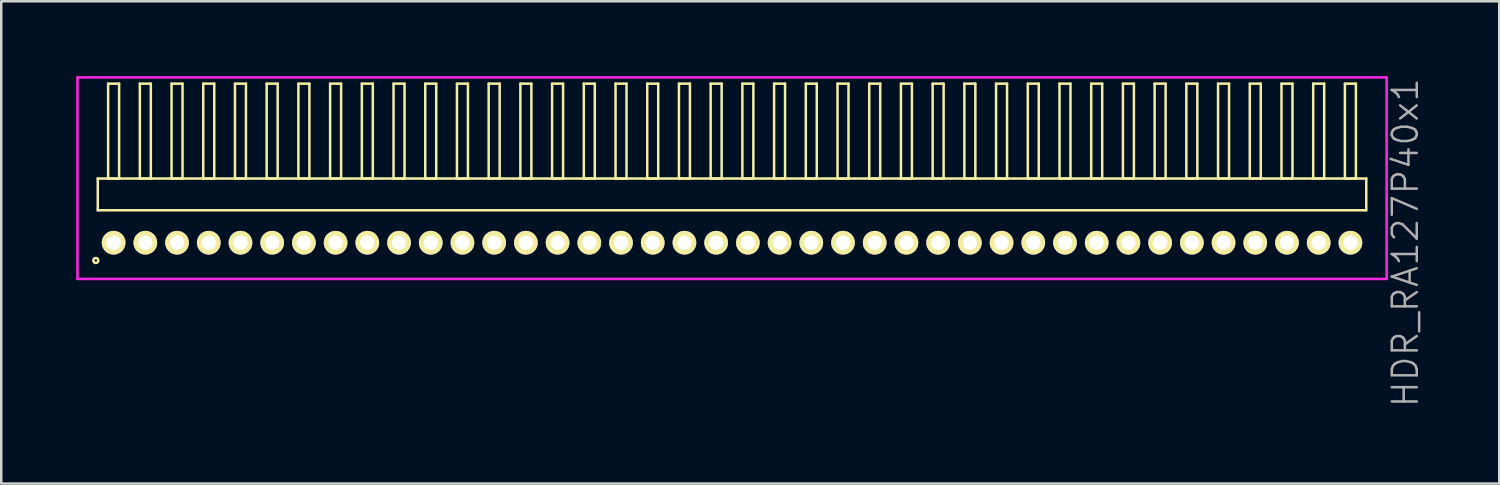
<source format=kicad_pcb>
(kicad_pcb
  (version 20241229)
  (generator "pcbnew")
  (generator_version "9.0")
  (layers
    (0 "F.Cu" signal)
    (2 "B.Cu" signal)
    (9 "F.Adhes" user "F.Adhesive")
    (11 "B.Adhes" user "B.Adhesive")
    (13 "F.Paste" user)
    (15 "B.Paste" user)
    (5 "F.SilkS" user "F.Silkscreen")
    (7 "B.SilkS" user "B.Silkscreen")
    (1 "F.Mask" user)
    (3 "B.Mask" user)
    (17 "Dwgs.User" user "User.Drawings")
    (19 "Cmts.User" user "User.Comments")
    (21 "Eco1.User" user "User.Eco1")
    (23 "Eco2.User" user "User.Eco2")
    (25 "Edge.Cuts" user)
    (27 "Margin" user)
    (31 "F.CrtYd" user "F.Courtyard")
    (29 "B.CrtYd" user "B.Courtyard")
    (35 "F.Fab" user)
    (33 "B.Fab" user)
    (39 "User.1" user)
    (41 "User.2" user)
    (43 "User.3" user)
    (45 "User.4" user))
  (footprint "HDR_RA127P40x1"
    (layer "F.Cu")
    (at 26.265 6.67)
    (property "Reference" "HDR_RA127P40x1" (at 26.965 0 90) (layer "F.Fab") (effects (font (size 1 1) (thickness 0.1))))
    (attr through_hole)
    (fp_line (start -25.4 -2.57) (end -25.4 -1.3) (stroke (width 0.1) (type solid)) (layer "F.SilkS"))
    (fp_line (start -25.4 -1.3) (end 25.4 -1.3) (stroke (width 0.1) (type solid)) (layer "F.SilkS"))
    (fp_line (start -24.985 -6.37) (end -24.985 -2.57) (stroke (width 0.1) (type solid)) (layer "F.SilkS"))
    (fp_line (start -24.985 -2.57) (end -24.545 -2.57) (stroke (width 0.1) (type solid)) (layer "F.SilkS"))
    (fp_line (start -24.545 -6.37) (end -24.985 -6.37) (stroke (width 0.1) (type solid)) (layer "F.SilkS"))
    (fp_line (start -24.545 -2.57) (end -24.545 -6.37) (stroke (width 0.1) (type solid)) (layer "F.SilkS"))
    (fp_line (start -23.715 -6.37) (end -23.715 -2.57) (stroke (width 0.1) (type solid)) (layer "F.SilkS"))
    (fp_line (start -23.715 -2.57) (end -23.275 -2.57) (stroke (width 0.1) (type solid)) (layer "F.SilkS"))
    (fp_line (start -23.275 -6.37) (end -23.715 -6.37) (stroke (width 0.1) (type solid)) (layer "F.SilkS"))
    (fp_line (start -23.275 -2.57) (end -23.275 -6.37) (stroke (width 0.1) (type solid)) (layer "F.SilkS"))
    (fp_line (start -22.445 -6.37) (end -22.445 -2.57) (stroke (width 0.1) (type solid)) (layer "F.SilkS"))
    (fp_line (start -22.445 -2.57) (end -22.005 -2.57) (stroke (width 0.1) (type solid)) (layer "F.SilkS"))
    (fp_line (start -22.005 -6.37) (end -22.445 -6.37) (stroke (width 0.1) (type solid)) (layer "F.SilkS"))
    (fp_line (start -22.005 -2.57) (end -22.005 -6.37) (stroke (width 0.1) (type solid)) (layer "F.SilkS"))
    (fp_line (start -21.175 -6.37) (end -21.175 -2.57) (stroke (width 0.1) (type solid)) (layer "F.SilkS"))
    (fp_line (start -21.175 -2.57) (end -20.735 -2.57) (stroke (width 0.1) (type solid)) (layer "F.SilkS"))
    (fp_line (start -20.735 -6.37) (end -21.175 -6.37) (stroke (width 0.1) (type solid)) (layer "F.SilkS"))
    (fp_line (start -20.735 -2.57) (end -20.735 -6.37) (stroke (width 0.1) (type solid)) (layer "F.SilkS"))
    (fp_line (start -19.905 -6.37) (end -19.905 -2.57) (stroke (width 0.1) (type solid)) (layer "F.SilkS"))
    (fp_line (start -19.905 -2.57) (end -19.465 -2.57) (stroke (width 0.1) (type solid)) (layer "F.SilkS"))
    (fp_line (start -19.465 -6.37) (end -19.905 -6.37) (stroke (width 0.1) (type solid)) (layer "F.SilkS"))
    (fp_line (start -19.465 -2.57) (end -19.465 -6.37) (stroke (width 0.1) (type solid)) (layer "F.SilkS"))
    (fp_line (start -18.635 -6.37) (end -18.635 -2.57) (stroke (width 0.1) (type solid)) (layer "F.SilkS"))
    (fp_line (start -18.635 -2.57) (end -18.195 -2.57) (stroke (width 0.1) (type solid)) (layer "F.SilkS"))
    (fp_line (start -18.195 -6.37) (end -18.635 -6.37) (stroke (width 0.1) (type solid)) (layer "F.SilkS"))
    (fp_line (start -18.195 -2.57) (end -18.195 -6.37) (stroke (width 0.1) (type solid)) (layer "F.SilkS"))
    (fp_line (start -17.365 -6.37) (end -17.365 -2.57) (stroke (width 0.1) (type solid)) (layer "F.SilkS"))
    (fp_line (start -17.365 -2.57) (end -16.925 -2.57) (stroke (width 0.1) (type solid)) (layer "F.SilkS"))
    (fp_line (start -16.925 -6.37) (end -17.365 -6.37) (stroke (width 0.1) (type solid)) (layer "F.SilkS"))
    (fp_line (start -16.925 -2.57) (end -16.925 -6.37) (stroke (width 0.1) (type solid)) (layer "F.SilkS"))
    (fp_line (start -16.095 -6.37) (end -16.095 -2.57) (stroke (width 0.1) (type solid)) (layer "F.SilkS"))
    (fp_line (start -16.095 -2.57) (end -15.655 -2.57) (stroke (width 0.1) (type solid)) (layer "F.SilkS"))
    (fp_line (start -15.655 -6.37) (end -16.095 -6.37) (stroke (width 0.1) (type solid)) (layer "F.SilkS"))
    (fp_line (start -15.655 -2.57) (end -15.655 -6.37) (stroke (width 0.1) (type solid)) (layer "F.SilkS"))
    (fp_line (start -14.825 -6.37) (end -14.825 -2.57) (stroke (width 0.1) (type solid)) (layer "F.SilkS"))
    (fp_line (start -14.825 -2.57) (end -14.385 -2.57) (stroke (width 0.1) (type solid)) (layer "F.SilkS"))
    (fp_line (start -14.385 -6.37) (end -14.825 -6.37) (stroke (width 0.1) (type solid)) (layer "F.SilkS"))
    (fp_line (start -14.385 -2.57) (end -14.385 -6.37) (stroke (width 0.1) (type solid)) (layer "F.SilkS"))
    (fp_line (start -13.555 -6.37) (end -13.555 -2.57) (stroke (width 0.1) (type solid)) (layer "F.SilkS"))
    (fp_line (start -13.555 -2.57) (end -13.115 -2.57) (stroke (width 0.1) (type solid)) (layer "F.SilkS"))
    (fp_line (start -13.115 -6.37) (end -13.555 -6.37) (stroke (width 0.1) (type solid)) (layer "F.SilkS"))
    (fp_line (start -13.115 -2.57) (end -13.115 -6.37) (stroke (width 0.1) (type solid)) (layer "F.SilkS"))
    (fp_line (start -12.285 -6.37) (end -12.285 -2.57) (stroke (width 0.1) (type solid)) (layer "F.SilkS"))
    (fp_line (start -12.285 -2.57) (end -11.845 -2.57) (stroke (width 0.1) (type solid)) (layer "F.SilkS"))
    (fp_line (start -11.845 -6.37) (end -12.285 -6.37) (stroke (width 0.1) (type solid)) (layer "F.SilkS"))
    (fp_line (start -11.845 -2.57) (end -11.845 -6.37) (stroke (width 0.1) (type solid)) (layer "F.SilkS"))
    (fp_line (start -11.015 -6.37) (end -11.015 -2.57) (stroke (width 0.1) (type solid)) (layer "F.SilkS"))
    (fp_line (start -11.015 -2.57) (end -10.575 -2.57) (stroke (width 0.1) (type solid)) (layer "F.SilkS"))
    (fp_line (start -10.575 -6.37) (end -11.015 -6.37) (stroke (width 0.1) (type solid)) (layer "F.SilkS"))
    (fp_line (start -10.575 -2.57) (end -10.575 -6.37) (stroke (width 0.1) (type solid)) (layer "F.SilkS"))
    (fp_line (start -9.745 -6.37) (end -9.745 -2.57) (stroke (width 0.1) (type solid)) (layer "F.SilkS"))
    (fp_line (start -9.745 -2.57) (end -9.305 -2.57) (stroke (width 0.1) (type solid)) (layer "F.SilkS"))
    (fp_line (start -9.305 -6.37) (end -9.745 -6.37) (stroke (width 0.1) (type solid)) (layer "F.SilkS"))
    (fp_line (start -9.305 -2.57) (end -9.305 -6.37) (stroke (width 0.1) (type solid)) (layer "F.SilkS"))
    (fp_line (start -8.475 -6.37) (end -8.475 -2.57) (stroke (width 0.1) (type solid)) (layer "F.SilkS"))
    (fp_line (start -8.475 -2.57) (end -8.035 -2.57) (stroke (width 0.1) (type solid)) (layer "F.SilkS"))
    (fp_line (start -8.035 -6.37) (end -8.475 -6.37) (stroke (width 0.1) (type solid)) (layer "F.SilkS"))
    (fp_line (start -8.035 -2.57) (end -8.035 -6.37) (stroke (width 0.1) (type solid)) (layer "F.SilkS"))
    (fp_line (start -7.205 -6.37) (end -7.205 -2.57) (stroke (width 0.1) (type solid)) (layer "F.SilkS"))
    (fp_line (start -7.205 -2.57) (end -6.765 -2.57) (stroke (width 0.1) (type solid)) (layer "F.SilkS"))
    (fp_line (start -6.765 -6.37) (end -7.205 -6.37) (stroke (width 0.1) (type solid)) (layer "F.SilkS"))
    (fp_line (start -6.765 -2.57) (end -6.765 -6.37) (stroke (width 0.1) (type solid)) (layer "F.SilkS"))
    (fp_line (start -5.935 -6.37) (end -5.935 -2.57) (stroke (width 0.1) (type solid)) (layer "F.SilkS"))
    (fp_line (start -5.935 -2.57) (end -5.495 -2.57) (stroke (width 0.1) (type solid)) (layer "F.SilkS"))
    (fp_line (start -5.495 -6.37) (end -5.935 -6.37) (stroke (width 0.1) (type solid)) (layer "F.SilkS"))
    (fp_line (start -5.495 -2.57) (end -5.495 -6.37) (stroke (width 0.1) (type solid)) (layer "F.SilkS"))
    (fp_line (start -4.665 -6.37) (end -4.665 -2.57) (stroke (width 0.1) (type solid)) (layer "F.SilkS"))
    (fp_line (start -4.665 -2.57) (end -4.225 -2.57) (stroke (width 0.1) (type solid)) (layer "F.SilkS"))
    (fp_line (start -4.225 -6.37) (end -4.665 -6.37) (stroke (width 0.1) (type solid)) (layer "F.SilkS"))
    (fp_line (start -4.225 -2.57) (end -4.225 -6.37) (stroke (width 0.1) (type solid)) (layer "F.SilkS"))
    (fp_line (start -3.395 -6.37) (end -3.395 -2.57) (stroke (width 0.1) (type solid)) (layer "F.SilkS"))
    (fp_line (start -3.395 -2.57) (end -2.955 -2.57) (stroke (width 0.1) (type solid)) (layer "F.SilkS"))
    (fp_line (start -2.955 -6.37) (end -3.395 -6.37) (stroke (width 0.1) (type solid)) (layer "F.SilkS"))
    (fp_line (start -2.955 -2.57) (end -2.955 -6.37) (stroke (width 0.1) (type solid)) (layer "F.SilkS"))
    (fp_line (start -2.125 -6.37) (end -2.125 -2.57) (stroke (width 0.1) (type solid)) (layer "F.SilkS"))
    (fp_line (start -2.125 -2.57) (end -1.685 -2.57) (stroke (width 0.1) (type solid)) (layer "F.SilkS"))
    (fp_line (start -1.685 -6.37) (end -2.125 -6.37) (stroke (width 0.1) (type solid)) (layer "F.SilkS"))
    (fp_line (start -1.685 -2.57) (end -1.685 -6.37) (stroke (width 0.1) (type solid)) (layer "F.SilkS"))
    (fp_line (start -0.855 -6.37) (end -0.855 -2.57) (stroke (width 0.1) (type solid)) (layer "F.SilkS"))
    (fp_line (start -0.855 -2.57) (end -0.415 -2.57) (stroke (width 0.1) (type solid)) (layer "F.SilkS"))
    (fp_line (start -0.415 -6.37) (end -0.855 -6.37) (stroke (width 0.1) (type solid)) (layer "F.SilkS"))
    (fp_line (start -0.415 -2.57) (end -0.415 -6.37) (stroke (width 0.1) (type solid)) (layer "F.SilkS"))
    (fp_line (start 0.415 -6.37) (end 0.415 -2.57) (stroke (width 0.1) (type solid)) (layer "F.SilkS"))
    (fp_line (start 0.415 -2.57) (end 0.855 -2.57) (stroke (width 0.1) (type solid)) (layer "F.SilkS"))
    (fp_line (start 0.855 -6.37) (end 0.415 -6.37) (stroke (width 0.1) (type solid)) (layer "F.SilkS"))
    (fp_line (start 0.855 -2.57) (end 0.855 -6.37) (stroke (width 0.1) (type solid)) (layer "F.SilkS"))
    (fp_line (start 1.685 -6.37) (end 1.685 -2.57) (stroke (width 0.1) (type solid)) (layer "F.SilkS"))
    (fp_line (start 1.685 -2.57) (end 2.125 -2.57) (stroke (width 0.1) (type solid)) (layer "F.SilkS"))
    (fp_line (start 2.125 -6.37) (end 1.685 -6.37) (stroke (width 0.1) (type solid)) (layer "F.SilkS"))
    (fp_line (start 2.125 -2.57) (end 2.125 -6.37) (stroke (width 0.1) (type solid)) (layer "F.SilkS"))
    (fp_line (start 2.955 -6.37) (end 2.955 -2.57) (stroke (width 0.1) (type solid)) (layer "F.SilkS"))
    (fp_line (start 2.955 -2.57) (end 3.395 -2.57) (stroke (width 0.1) (type solid)) (layer "F.SilkS"))
    (fp_line (start 3.395 -6.37) (end 2.955 -6.37) (stroke (width 0.1) (type solid)) (layer "F.SilkS"))
    (fp_line (start 3.395 -2.57) (end 3.395 -6.37) (stroke (width 0.1) (type solid)) (layer "F.SilkS"))
    (fp_line (start 4.225 -6.37) (end 4.225 -2.57) (stroke (width 0.1) (type solid)) (layer "F.SilkS"))
    (fp_line (start 4.225 -2.57) (end 4.665 -2.57) (stroke (width 0.1) (type solid)) (layer "F.SilkS"))
    (fp_line (start 4.665 -6.37) (end 4.225 -6.37) (stroke (width 0.1) (type solid)) (layer "F.SilkS"))
    (fp_line (start 4.665 -2.57) (end 4.665 -6.37) (stroke (width 0.1) (type solid)) (layer "F.SilkS"))
    (fp_line (start 5.495 -6.37) (end 5.495 -2.57) (stroke (width 0.1) (type solid)) (layer "F.SilkS"))
    (fp_line (start 5.495 -2.57) (end 5.935 -2.57) (stroke (width 0.1) (type solid)) (layer "F.SilkS"))
    (fp_line (start 5.935 -6.37) (end 5.495 -6.37) (stroke (width 0.1) (type solid)) (layer "F.SilkS"))
    (fp_line (start 5.935 -2.57) (end 5.935 -6.37) (stroke (width 0.1) (type solid)) (layer "F.SilkS"))
    (fp_line (start 6.765 -6.37) (end 6.765 -2.57) (stroke (width 0.1) (type solid)) (layer "F.SilkS"))
    (fp_line (start 6.765 -2.57) (end 7.205 -2.57) (stroke (width 0.1) (type solid)) (layer "F.SilkS"))
    (fp_line (start 7.205 -6.37) (end 6.765 -6.37) (stroke (width 0.1) (type solid)) (layer "F.SilkS"))
    (fp_line (start 7.205 -2.57) (end 7.205 -6.37) (stroke (width 0.1) (type solid)) (layer "F.SilkS"))
    (fp_line (start 8.035 -6.37) (end 8.035 -2.57) (stroke (width 0.1) (type solid)) (layer "F.SilkS"))
    (fp_line (start 8.035 -2.57) (end 8.475 -2.57) (stroke (width 0.1) (type solid)) (layer "F.SilkS"))
    (fp_line (start 8.475 -6.37) (end 8.035 -6.37) (stroke (width 0.1) (type solid)) (layer "F.SilkS"))
    (fp_line (start 8.475 -2.57) (end 8.475 -6.37) (stroke (width 0.1) (type solid)) (layer "F.SilkS"))
    (fp_line (start 9.305 -6.37) (end 9.305 -2.57) (stroke (width 0.1) (type solid)) (layer "F.SilkS"))
    (fp_line (start 9.305 -2.57) (end 9.745 -2.57) (stroke (width 0.1) (type solid)) (layer "F.SilkS"))
    (fp_line (start 9.745 -6.37) (end 9.305 -6.37) (stroke (width 0.1) (type solid)) (layer "F.SilkS"))
    (fp_line (start 9.745 -2.57) (end 9.745 -6.37) (stroke (width 0.1) (type solid)) (layer "F.SilkS"))
    (fp_line (start 10.575 -6.37) (end 10.575 -2.57) (stroke (width 0.1) (type solid)) (layer "F.SilkS"))
    (fp_line (start 10.575 -2.57) (end 11.015 -2.57) (stroke (width 0.1) (type solid)) (layer "F.SilkS"))
    (fp_line (start 11.015 -6.37) (end 10.575 -6.37) (stroke (width 0.1) (type solid)) (layer "F.SilkS"))
    (fp_line (start 11.015 -2.57) (end 11.015 -6.37) (stroke (width 0.1) (type solid)) (layer "F.SilkS"))
    (fp_line (start 11.845 -6.37) (end 11.845 -2.57) (stroke (width 0.1) (type solid)) (layer "F.SilkS"))
    (fp_line (start 11.845 -2.57) (end 12.285 -2.57) (stroke (width 0.1) (type solid)) (layer "F.SilkS"))
    (fp_line (start 12.285 -6.37) (end 11.845 -6.37) (stroke (width 0.1) (type solid)) (layer "F.SilkS"))
    (fp_line (start 12.285 -2.57) (end 12.285 -6.37) (stroke (width 0.1) (type solid)) (layer "F.SilkS"))
    (fp_line (start 13.115 -6.37) (end 13.115 -2.57) (stroke (width 0.1) (type solid)) (layer "F.SilkS"))
    (fp_line (start 13.115 -2.57) (end 13.555 -2.57) (stroke (width 0.1) (type solid)) (layer "F.SilkS"))
    (fp_line (start 13.555 -6.37) (end 13.115 -6.37) (stroke (width 0.1) (type solid)) (layer "F.SilkS"))
    (fp_line (start 13.555 -2.57) (end 13.555 -6.37) (stroke (width 0.1) (type solid)) (layer "F.SilkS"))
    (fp_line (start 14.385 -6.37) (end 14.385 -2.57) (stroke (width 0.1) (type solid)) (layer "F.SilkS"))
    (fp_line (start 14.385 -2.57) (end 14.825 -2.57) (stroke (width 0.1) (type solid)) (layer "F.SilkS"))
    (fp_line (start 14.825 -6.37) (end 14.385 -6.37) (stroke (width 0.1) (type solid)) (layer "F.SilkS"))
    (fp_line (start 14.825 -2.57) (end 14.825 -6.37) (stroke (width 0.1) (type solid)) (layer "F.SilkS"))
    (fp_line (start 15.655 -6.37) (end 15.655 -2.57) (stroke (width 0.1) (type solid)) (layer "F.SilkS"))
    (fp_line (start 15.655 -2.57) (end 16.095 -2.57) (stroke (width 0.1) (type solid)) (layer "F.SilkS"))
    (fp_line (start 16.095 -6.37) (end 15.655 -6.37) (stroke (width 0.1) (type solid)) (layer "F.SilkS"))
    (fp_line (start 16.095 -2.57) (end 16.095 -6.37) (stroke (width 0.1) (type solid)) (layer "F.SilkS"))
    (fp_line (start 16.925 -6.37) (end 16.925 -2.57) (stroke (width 0.1) (type solid)) (layer "F.SilkS"))
    (fp_line (start 16.925 -2.57) (end 17.365 -2.57) (stroke (width 0.1) (type solid)) (layer "F.SilkS"))
    (fp_line (start 17.365 -6.37) (end 16.925 -6.37) (stroke (width 0.1) (type solid)) (layer "F.SilkS"))
    (fp_line (start 17.365 -2.57) (end 17.365 -6.37) (stroke (width 0.1) (type solid)) (layer "F.SilkS"))
    (fp_line (start 18.195 -6.37) (end 18.195 -2.57) (stroke (width 0.1) (type solid)) (layer "F.SilkS"))
    (fp_line (start 18.195 -2.57) (end 18.635 -2.57) (stroke (width 0.1) (type solid)) (layer "F.SilkS"))
    (fp_line (start 18.635 -6.37) (end 18.195 -6.37) (stroke (width 0.1) (type solid)) (layer "F.SilkS"))
    (fp_line (start 18.635 -2.57) (end 18.635 -6.37) (stroke (width 0.1) (type solid)) (layer "F.SilkS"))
    (fp_line (start 19.465 -6.37) (end 19.465 -2.57) (stroke (width 0.1) (type solid)) (layer "F.SilkS"))
    (fp_line (start 19.465 -2.57) (end 19.905 -2.57) (stroke (width 0.1) (type solid)) (layer "F.SilkS"))
    (fp_line (start 19.905 -6.37) (end 19.465 -6.37) (stroke (width 0.1) (type solid)) (layer "F.SilkS"))
    (fp_line (start 19.905 -2.57) (end 19.905 -6.37) (stroke (width 0.1) (type solid)) (layer "F.SilkS"))
    (fp_line (start 20.735 -6.37) (end 20.735 -2.57) (stroke (width 0.1) (type solid)) (layer "F.SilkS"))
    (fp_line (start 20.735 -2.57) (end 21.175 -2.57) (stroke (width 0.1) (type solid)) (layer "F.SilkS"))
    (fp_line (start 21.175 -6.37) (end 20.735 -6.37) (stroke (width 0.1) (type solid)) (layer "F.SilkS"))
    (fp_line (start 21.175 -2.57) (end 21.175 -6.37) (stroke (width 0.1) (type solid)) (layer "F.SilkS"))
    (fp_line (start 22.005 -6.37) (end 22.005 -2.57) (stroke (width 0.1) (type solid)) (layer "F.SilkS"))
    (fp_line (start 22.005 -2.57) (end 22.445 -2.57) (stroke (width 0.1) (type solid)) (layer "F.SilkS"))
    (fp_line (start 22.445 -6.37) (end 22.005 -6.37) (stroke (width 0.1) (type solid)) (layer "F.SilkS"))
    (fp_line (start 22.445 -2.57) (end 22.445 -6.37) (stroke (width 0.1) (type solid)) (layer "F.SilkS"))
    (fp_line (start 23.275 -6.37) (end 23.275 -2.57) (stroke (width 0.1) (type solid)) (layer "F.SilkS"))
    (fp_line (start 23.275 -2.57) (end 23.715 -2.57) (stroke (width 0.1) (type solid)) (layer "F.SilkS"))
    (fp_line (start 23.715 -6.37) (end 23.275 -6.37) (stroke (width 0.1) (type solid)) (layer "F.SilkS"))
    (fp_line (start 23.715 -2.57) (end 23.715 -6.37) (stroke (width 0.1) (type solid)) (layer "F.SilkS"))
    (fp_line (start 24.545 -6.37) (end 24.545 -2.57) (stroke (width 0.1) (type solid)) (layer "F.SilkS"))
    (fp_line (start 24.545 -2.57) (end 24.985 -2.57) (stroke (width 0.1) (type solid)) (layer "F.SilkS"))
    (fp_line (start 24.985 -6.37) (end 24.545 -6.37) (stroke (width 0.1) (type solid)) (layer "F.SilkS"))
    (fp_line (start 24.985 -2.57) (end 24.985 -6.37) (stroke (width 0.1) (type solid)) (layer "F.SilkS"))
    (fp_line (start 25.4 -2.57) (end -25.4 -2.57) (stroke (width 0.1) (type solid)) (layer "F.SilkS"))
    (fp_line (start 25.4 -1.3) (end 25.4 -2.57) (stroke (width 0.1) (type solid)) (layer "F.SilkS"))
    (fp_circle (center -25.478 0.712) (end -25.378 0.712) (stroke (width 0.1) (type solid)) (fill no) (layer "F.SilkS"))
    (fp_line (start -26.215 -6.62) (end -26.215 1.45) (stroke (width 0.1) (type solid)) (layer "F.CrtYd"))
    (fp_line (start -26.215 1.45) (end 26.215 1.45) (stroke (width 0.1) (type solid)) (layer "F.CrtYd"))
    (fp_line (start 26.215 -6.62) (end -26.215 -6.62) (stroke (width 0.1) (type solid)) (layer "F.CrtYd"))
    (fp_line (start 26.215 1.45) (end 26.215 -6.62) (stroke (width 0.1) (type solid)) (layer "F.CrtYd"))
    (pad "1" thru_hole oval (at -24.765 0) (size 0.95 0.95) (drill 0.57) (layers "*.Cu" "*.Mask" "F.SilkS"))
    (pad "2" thru_hole oval (at -23.495 0) (size 0.95 0.95) (drill 0.57) (layers "*.Cu" "*.Mask" "F.SilkS"))
    (pad "3" thru_hole oval (at -22.225 0) (size 0.95 0.95) (drill 0.57) (layers "*.Cu" "*.Mask" "F.SilkS"))
    (pad "4" thru_hole oval (at -20.955 0) (size 0.95 0.95) (drill 0.57) (layers "*.Cu" "*.Mask" "F.SilkS"))
    (pad "5" thru_hole oval (at -19.685 0) (size 0.95 0.95) (drill 0.57) (layers "*.Cu" "*.Mask" "F.SilkS"))
    (pad "6" thru_hole oval (at -18.415 0) (size 0.95 0.95) (drill 0.57) (layers "*.Cu" "*.Mask" "F.SilkS"))
    (pad "7" thru_hole oval (at -17.145 0) (size 0.95 0.95) (drill 0.57) (layers "*.Cu" "*.Mask" "F.SilkS"))
    (pad "8" thru_hole oval (at -15.875 0) (size 0.95 0.95) (drill 0.57) (layers "*.Cu" "*.Mask" "F.SilkS"))
    (pad "9" thru_hole oval (at -14.605 0) (size 0.95 0.95) (drill 0.57) (layers "*.Cu" "*.Mask" "F.SilkS"))
    (pad "10" thru_hole oval (at -13.335 0) (size 0.95 0.95) (drill 0.57) (layers "*.Cu" "*.Mask" "F.SilkS"))
    (pad "11" thru_hole oval (at -12.065 0) (size 0.95 0.95) (drill 0.57) (layers "*.Cu" "*.Mask" "F.SilkS"))
    (pad "12" thru_hole oval (at -10.795 0) (size 0.95 0.95) (drill 0.57) (layers "*.Cu" "*.Mask" "F.SilkS"))
    (pad "13" thru_hole oval (at -9.525 0) (size 0.95 0.95) (drill 0.57) (layers "*.Cu" "*.Mask" "F.SilkS"))
    (pad "14" thru_hole oval (at -8.255 0) (size 0.95 0.95) (drill 0.57) (layers "*.Cu" "*.Mask" "F.SilkS"))
    (pad "15" thru_hole oval (at -6.985 0) (size 0.95 0.95) (drill 0.57) (layers "*.Cu" "*.Mask" "F.SilkS"))
    (pad "16" thru_hole oval (at -5.715 0) (size 0.95 0.95) (drill 0.57) (layers "*.Cu" "*.Mask" "F.SilkS"))
    (pad "17" thru_hole oval (at -4.445 0) (size 0.95 0.95) (drill 0.57) (layers "*.Cu" "*.Mask" "F.SilkS"))
    (pad "18" thru_hole oval (at -3.175 0) (size 0.95 0.95) (drill 0.57) (layers "*.Cu" "*.Mask" "F.SilkS"))
    (pad "19" thru_hole oval (at -1.905 0) (size 0.95 0.95) (drill 0.57) (layers "*.Cu" "*.Mask" "F.SilkS"))
    (pad "20" thru_hole oval (at -0.635 0) (size 0.95 0.95) (drill 0.57) (layers "*.Cu" "*.Mask" "F.SilkS"))
    (pad "21" thru_hole oval (at 0.635 0) (size 0.95 0.95) (drill 0.57) (layers "*.Cu" "*.Mask" "F.SilkS"))
    (pad "22" thru_hole oval (at 1.905 0) (size 0.95 0.95) (drill 0.57) (layers "*.Cu" "*.Mask" "F.SilkS"))
    (pad "23" thru_hole oval (at 3.175 0) (size 0.95 0.95) (drill 0.57) (layers "*.Cu" "*.Mask" "F.SilkS"))
    (pad "24" thru_hole oval (at 4.445 0) (size 0.95 0.95) (drill 0.57) (layers "*.Cu" "*.Mask" "F.SilkS"))
    (pad "25" thru_hole oval (at 5.715 0) (size 0.95 0.95) (drill 0.57) (layers "*.Cu" "*.Mask" "F.SilkS"))
    (pad "26" thru_hole oval (at 6.985 0) (size 0.95 0.95) (drill 0.57) (layers "*.Cu" "*.Mask" "F.SilkS"))
    (pad "27" thru_hole oval (at 8.255 0) (size 0.95 0.95) (drill 0.57) (layers "*.Cu" "*.Mask" "F.SilkS"))
    (pad "28" thru_hole oval (at 9.525 0) (size 0.95 0.95) (drill 0.57) (layers "*.Cu" "*.Mask" "F.SilkS"))
    (pad "29" thru_hole oval (at 10.795 0) (size 0.95 0.95) (drill 0.57) (layers "*.Cu" "*.Mask" "F.SilkS"))
    (pad "30" thru_hole oval (at 12.065 0) (size 0.95 0.95) (drill 0.57) (layers "*.Cu" "*.Mask" "F.SilkS"))
    (pad "31" thru_hole oval (at 13.335 0) (size 0.95 0.95) (drill 0.57) (layers "*.Cu" "*.Mask" "F.SilkS"))
    (pad "32" thru_hole oval (at 14.605 0) (size 0.95 0.95) (drill 0.57) (layers "*.Cu" "*.Mask" "F.SilkS"))
    (pad "33" thru_hole oval (at 15.875 0) (size 0.95 0.95) (drill 0.57) (layers "*.Cu" "*.Mask" "F.SilkS"))
    (pad "34" thru_hole oval (at 17.145 0) (size 0.95 0.95) (drill 0.57) (layers "*.Cu" "*.Mask" "F.SilkS"))
    (pad "35" thru_hole oval (at 18.415 0) (size 0.95 0.95) (drill 0.57) (layers "*.Cu" "*.Mask" "F.SilkS"))
    (pad "36" thru_hole oval (at 19.685 0) (size 0.95 0.95) (drill 0.57) (layers "*.Cu" "*.Mask" "F.SilkS"))
    (pad "37" thru_hole oval (at 20.955 0) (size 0.95 0.95) (drill 0.57) (layers "*.Cu" "*.Mask" "F.SilkS"))
    (pad "38" thru_hole oval (at 22.225 0) (size 0.95 0.95) (drill 0.57) (layers "*.Cu" "*.Mask" "F.SilkS"))
    (pad "39" thru_hole oval (at 23.495 0) (size 0.95 0.95) (drill 0.57) (layers "*.Cu" "*.Mask" "F.SilkS"))
    (pad "40" thru_hole oval (at 24.765 0) (size 0.95 0.95) (drill 0.57) (layers "*.Cu" "*.Mask" "F.SilkS")))
  (gr_rect
    (start -3 -3)
    (end 56.99 16.315)
    (stroke (width 0.1) (type default))
    (fill no)
    (layer "Edge.Cuts")))
</source>
